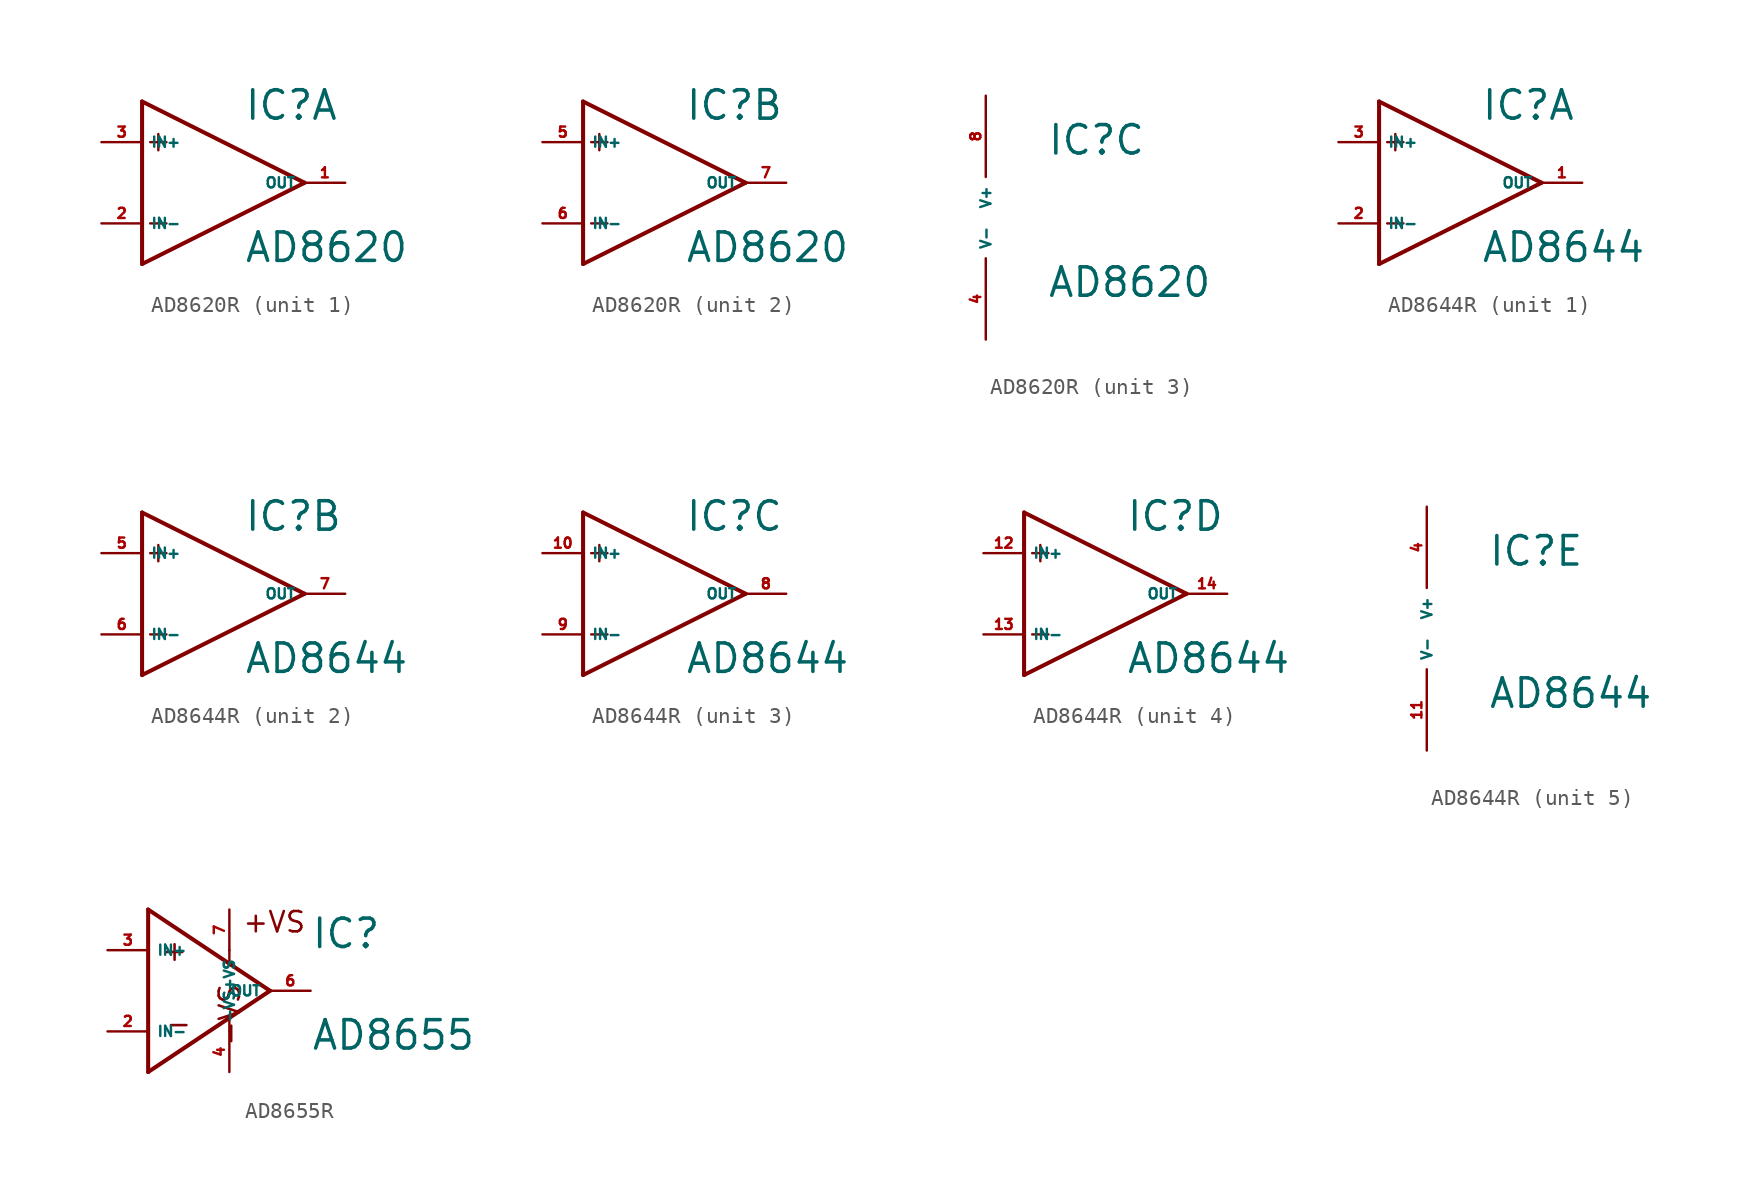
<source format=kicad_sym>
(kicad_symbol_lib
  (version 20220914)
  (generator Eagle2Kicad)
  (symbol "AD8620R"
    (property "Reference" "IC"
      (at 3.81 3.81 0)
      (effects (font (size 1.778 1.778) (thickness 0.22)) (justify left bottom)))
    (property "Value" "AD8620"
      (at 3.81 -5.08 0)
      (effects (font (size 1.778 1.778) (thickness 0.22)) (justify left bottom)))
    (symbol "AD8620R_1_0"
      (polyline (pts (xy -2.54 5.08) (xy -2.54 -5.08)) (stroke (width 0.254) (type default)) (fill (type none)))
      (polyline (pts (xy -2.54 -5.08) (xy 7.62 0)) (stroke (width 0.254) (type default)) (fill (type none)))
      (polyline (pts (xy 7.62 0) (xy -2.54 5.08)) (stroke (width 0.254) (type default)) (fill (type none)))
      (polyline (pts (xy -2.032 2.54) (xy -1.016 2.54)) (stroke (width 0.152) (type default)) (fill (type none)))
      (polyline (pts (xy -1.524 3.048) (xy -1.524 2.032)) (stroke (width 0.152) (type default)) (fill (type none)))
      (polyline (pts (xy -2.032 -2.54) (xy -1.016 -2.54)) (stroke (width 0.152) (type default)) (fill (type none)))
      (pin input line (at -5.08 2.54 0) (length 2.54) (name "IN+" (effects (font (size 0.635 0.635) (thickness 0.08)) (justify left bottom))) (number "3" (effects (font (size 0.635 0.635) (thickness 0.08)) (justify left bottom))))
      (pin input line (at -5.08 -2.54 0) (length 2.54) (name "IN-" (effects (font (size 0.635 0.635) (thickness 0.08)) (justify left bottom))) (number "2" (effects (font (size 0.635 0.635) (thickness 0.08)) (justify left bottom))))
      (pin output line (at 10.16 0 180) (length 2.54) (name "OUT" (effects (font (size 0.635 0.635) (thickness 0.08)) (justify left bottom))) (number "1" (effects (font (size 0.635 0.635) (thickness 0.08)) (justify left bottom)))))
    (symbol "AD8620R_2_0"
      (polyline (pts (xy -2.54 5.08) (xy -2.54 -5.08)) (stroke (width 0.254) (type default)) (fill (type none)))
      (polyline (pts (xy -2.54 -5.08) (xy 7.62 0)) (stroke (width 0.254) (type default)) (fill (type none)))
      (polyline (pts (xy 7.62 0) (xy -2.54 5.08)) (stroke (width 0.254) (type default)) (fill (type none)))
      (polyline (pts (xy -2.032 2.54) (xy -1.016 2.54)) (stroke (width 0.152) (type default)) (fill (type none)))
      (polyline (pts (xy -1.524 3.048) (xy -1.524 2.032)) (stroke (width 0.152) (type default)) (fill (type none)))
      (polyline (pts (xy -2.032 -2.54) (xy -1.016 -2.54)) (stroke (width 0.152) (type default)) (fill (type none)))
      (pin input line (at -5.08 2.54 0) (length 2.54) (name "IN+" (effects (font (size 0.635 0.635) (thickness 0.08)) (justify left bottom))) (number "5" (effects (font (size 0.635 0.635) (thickness 0.08)) (justify left bottom))))
      (pin input line (at -5.08 -2.54 0) (length 2.54) (name "IN-" (effects (font (size 0.635 0.635) (thickness 0.08)) (justify left bottom))) (number "6" (effects (font (size 0.635 0.635) (thickness 0.08)) (justify left bottom))))
      (pin output line (at 10.16 0 180) (length 2.54) (name "OUT" (effects (font (size 0.635 0.635) (thickness 0.08)) (justify left bottom))) (number "7" (effects (font (size 0.635 0.635) (thickness 0.08)) (justify left bottom)))))
    (symbol "AD8620R_3_0"
      (pin unspecified line (at 0 7.62 270) (length 5.08) (name "V+" (effects (font (size 0.635 0.635) (thickness 0.08)) (justify left bottom))) (number "8" (effects (font (size 0.635 0.635) (thickness 0.08)) (justify left bottom))))
      (pin unspecified line (at 0 -7.62 90) (length 5.08) (name "V-" (effects (font (size 0.635 0.635) (thickness 0.08)) (justify left bottom))) (number "4" (effects (font (size 0.635 0.635) (thickness 0.08)) (justify left bottom))))))
  (symbol "AD8644R"
    (property "Reference" "IC"
      (at 3.81 3.81 0)
      (effects (font (size 1.778 1.778) (thickness 0.22)) (justify left bottom)))
    (property "Value" "AD8644"
      (at 3.81 -5.08 0)
      (effects (font (size 1.778 1.778) (thickness 0.22)) (justify left bottom)))
    (symbol "AD8644R_1_0"
      (polyline (pts (xy -2.54 5.08) (xy -2.54 -5.08)) (stroke (width 0.254) (type default)) (fill (type none)))
      (polyline (pts (xy -2.54 -5.08) (xy 7.62 0)) (stroke (width 0.254) (type default)) (fill (type none)))
      (polyline (pts (xy 7.62 0) (xy -2.54 5.08)) (stroke (width 0.254) (type default)) (fill (type none)))
      (polyline (pts (xy -2.032 2.54) (xy -1.016 2.54)) (stroke (width 0.152) (type default)) (fill (type none)))
      (polyline (pts (xy -1.524 3.048) (xy -1.524 2.032)) (stroke (width 0.152) (type default)) (fill (type none)))
      (polyline (pts (xy -2.032 -2.54) (xy -1.016 -2.54)) (stroke (width 0.152) (type default)) (fill (type none)))
      (pin input line (at -5.08 2.54 0) (length 2.54) (name "IN+" (effects (font (size 0.635 0.635) (thickness 0.08)) (justify left bottom))) (number "3" (effects (font (size 0.635 0.635) (thickness 0.08)) (justify left bottom))))
      (pin input line (at -5.08 -2.54 0) (length 2.54) (name "IN-" (effects (font (size 0.635 0.635) (thickness 0.08)) (justify left bottom))) (number "2" (effects (font (size 0.635 0.635) (thickness 0.08)) (justify left bottom))))
      (pin output line (at 10.16 0 180) (length 2.54) (name "OUT" (effects (font (size 0.635 0.635) (thickness 0.08)) (justify left bottom))) (number "1" (effects (font (size 0.635 0.635) (thickness 0.08)) (justify left bottom)))))
    (symbol "AD8644R_2_0"
      (polyline (pts (xy -2.54 5.08) (xy -2.54 -5.08)) (stroke (width 0.254) (type default)) (fill (type none)))
      (polyline (pts (xy -2.54 -5.08) (xy 7.62 0)) (stroke (width 0.254) (type default)) (fill (type none)))
      (polyline (pts (xy 7.62 0) (xy -2.54 5.08)) (stroke (width 0.254) (type default)) (fill (type none)))
      (polyline (pts (xy -2.032 2.54) (xy -1.016 2.54)) (stroke (width 0.152) (type default)) (fill (type none)))
      (polyline (pts (xy -1.524 3.048) (xy -1.524 2.032)) (stroke (width 0.152) (type default)) (fill (type none)))
      (polyline (pts (xy -2.032 -2.54) (xy -1.016 -2.54)) (stroke (width 0.152) (type default)) (fill (type none)))
      (pin input line (at -5.08 2.54 0) (length 2.54) (name "IN+" (effects (font (size 0.635 0.635) (thickness 0.08)) (justify left bottom))) (number "5" (effects (font (size 0.635 0.635) (thickness 0.08)) (justify left bottom))))
      (pin input line (at -5.08 -2.54 0) (length 2.54) (name "IN-" (effects (font (size 0.635 0.635) (thickness 0.08)) (justify left bottom))) (number "6" (effects (font (size 0.635 0.635) (thickness 0.08)) (justify left bottom))))
      (pin output line (at 10.16 0 180) (length 2.54) (name "OUT" (effects (font (size 0.635 0.635) (thickness 0.08)) (justify left bottom))) (number "7" (effects (font (size 0.635 0.635) (thickness 0.08)) (justify left bottom)))))
    (symbol "AD8644R_3_0"
      (polyline (pts (xy -2.54 5.08) (xy -2.54 -5.08)) (stroke (width 0.254) (type default)) (fill (type none)))
      (polyline (pts (xy -2.54 -5.08) (xy 7.62 0)) (stroke (width 0.254) (type default)) (fill (type none)))
      (polyline (pts (xy 7.62 0) (xy -2.54 5.08)) (stroke (width 0.254) (type default)) (fill (type none)))
      (polyline (pts (xy -2.032 2.54) (xy -1.016 2.54)) (stroke (width 0.152) (type default)) (fill (type none)))
      (polyline (pts (xy -1.524 3.048) (xy -1.524 2.032)) (stroke (width 0.152) (type default)) (fill (type none)))
      (polyline (pts (xy -2.032 -2.54) (xy -1.016 -2.54)) (stroke (width 0.152) (type default)) (fill (type none)))
      (pin input line (at -5.08 2.54 0) (length 2.54) (name "IN+" (effects (font (size 0.635 0.635) (thickness 0.08)) (justify left bottom))) (number "10" (effects (font (size 0.635 0.635) (thickness 0.08)) (justify left bottom))))
      (pin input line (at -5.08 -2.54 0) (length 2.54) (name "IN-" (effects (font (size 0.635 0.635) (thickness 0.08)) (justify left bottom))) (number "9" (effects (font (size 0.635 0.635) (thickness 0.08)) (justify left bottom))))
      (pin output line (at 10.16 0 180) (length 2.54) (name "OUT" (effects (font (size 0.635 0.635) (thickness 0.08)) (justify left bottom))) (number "8" (effects (font (size 0.635 0.635) (thickness 0.08)) (justify left bottom)))))
    (symbol "AD8644R_4_0"
      (polyline (pts (xy -2.54 5.08) (xy -2.54 -5.08)) (stroke (width 0.254) (type default)) (fill (type none)))
      (polyline (pts (xy -2.54 -5.08) (xy 7.62 0)) (stroke (width 0.254) (type default)) (fill (type none)))
      (polyline (pts (xy 7.62 0) (xy -2.54 5.08)) (stroke (width 0.254) (type default)) (fill (type none)))
      (polyline (pts (xy -2.032 2.54) (xy -1.016 2.54)) (stroke (width 0.152) (type default)) (fill (type none)))
      (polyline (pts (xy -1.524 3.048) (xy -1.524 2.032)) (stroke (width 0.152) (type default)) (fill (type none)))
      (polyline (pts (xy -2.032 -2.54) (xy -1.016 -2.54)) (stroke (width 0.152) (type default)) (fill (type none)))
      (pin input line (at -5.08 2.54 0) (length 2.54) (name "IN+" (effects (font (size 0.635 0.635) (thickness 0.08)) (justify left bottom))) (number "12" (effects (font (size 0.635 0.635) (thickness 0.08)) (justify left bottom))))
      (pin input line (at -5.08 -2.54 0) (length 2.54) (name "IN-" (effects (font (size 0.635 0.635) (thickness 0.08)) (justify left bottom))) (number "13" (effects (font (size 0.635 0.635) (thickness 0.08)) (justify left bottom))))
      (pin output line (at 10.16 0 180) (length 2.54) (name "OUT" (effects (font (size 0.635 0.635) (thickness 0.08)) (justify left bottom))) (number "14" (effects (font (size 0.635 0.635) (thickness 0.08)) (justify left bottom)))))
    (symbol "AD8644R_5_0"
      (pin unspecified line (at 0 7.62 270) (length 5.08) (name "V+" (effects (font (size 0.635 0.635) (thickness 0.08)) (justify left bottom))) (number "4" (effects (font (size 0.635 0.635) (thickness 0.08)) (justify left bottom))))
      (pin unspecified line (at 0 -7.62 90) (length 5.08) (name "V-" (effects (font (size 0.635 0.635) (thickness 0.08)) (justify left bottom))) (number "11" (effects (font (size 0.635 0.635) (thickness 0.08)) (justify left bottom))))))
  (symbol "AD8655R"
    (property "Reference" "IC"
      (at 7.62 2.54 0)
      (effects (font (size 1.778 1.778) (thickness 0.22)) (justify left bottom)))
    (property "Value" "AD8655"
      (at 7.62 -3.81 0)
      (effects (font (size 1.778 1.778) (thickness 0.22)) (justify left bottom)))
    (polyline
      (pts (xy -2.54 5.08) (xy -2.54 -5.08))
      (stroke (width 0.254) (type default))
      (fill (type none)))
    (polyline
      (pts (xy -2.54 -5.08) (xy 5.08 0))
      (stroke (width 0.254) (type default))
      (fill (type none)))
    (polyline
      (pts (xy 5.08 0) (xy -2.54 5.08))
      (stroke (width 0.254) (type default))
      (fill (type none)))
    (polyline
      (pts (xy 2.54 2.54) (xy 2.54 1.778))
      (stroke (width 0.152) (type default))
      (fill (type none)))
    (polyline
      (pts (xy 2.54 -2.54) (xy 2.54 -1.778))
      (stroke (width 0.152) (type default))
      (fill (type none)))
    (text "+"
      (at -1.778 1.778 0)
      (effects (font (size 1.27 1.27) (thickness 0.16)) (justify left bottom)))
    (text "-"
      (at -1.524 -2.794 0)
      (effects (font (size 1.27 1.27) (thickness 0.16)) (justify left bottom)))
    (text "+VS"
      (at 3.302 3.556 0)
      (effects (font (size 1.27 1.27) (thickness 0.16)) (justify left bottom)))
    (text "-VS"
      (at 3.302 -3.556 1800)
      (effects (font (size 1.27 1.27) (thickness 0.16)) (justify left bottom mirror)))
    (pin input line
      (at -5.08 2.54 0)
      (length 2.54)
      (name "IN+" (effects (font (size 0.635 0.635) (thickness 0.08)) (justify left bottom)))
      (number "3" (effects (font (size 0.635 0.635) (thickness 0.08)) (justify left bottom))))
    (pin input line
      (at -5.08 -2.54 0)
      (length 2.54)
      (name "IN-" (effects (font (size 0.635 0.635) (thickness 0.08)) (justify left bottom)))
      (number "2" (effects (font (size 0.635 0.635) (thickness 0.08)) (justify left bottom))))
    (pin output line
      (at 7.62 0 180)
      (length 2.54)
      (name "OUT" (effects (font (size 0.635 0.635) (thickness 0.08)) (justify left bottom)))
      (number "6" (effects (font (size 0.635 0.635) (thickness 0.08)) (justify left bottom))))
    (pin input line
      (at 2.54 -5.08 90)
      (length 2.54)
      (name "-VS" (effects (font (size 0.635 0.635) (thickness 0.08)) (justify left bottom)))
      (number "4" (effects (font (size 0.635 0.635) (thickness 0.08)) (justify left bottom))))
    (pin input line
      (at 2.54 5.08 270)
      (length 2.54)
      (name "+VS" (effects (font (size 0.635 0.635) (thickness 0.08)) (justify left bottom)))
      (number "7" (effects (font (size 0.635 0.635) (thickness 0.08)) (justify left bottom))))))
</source>
